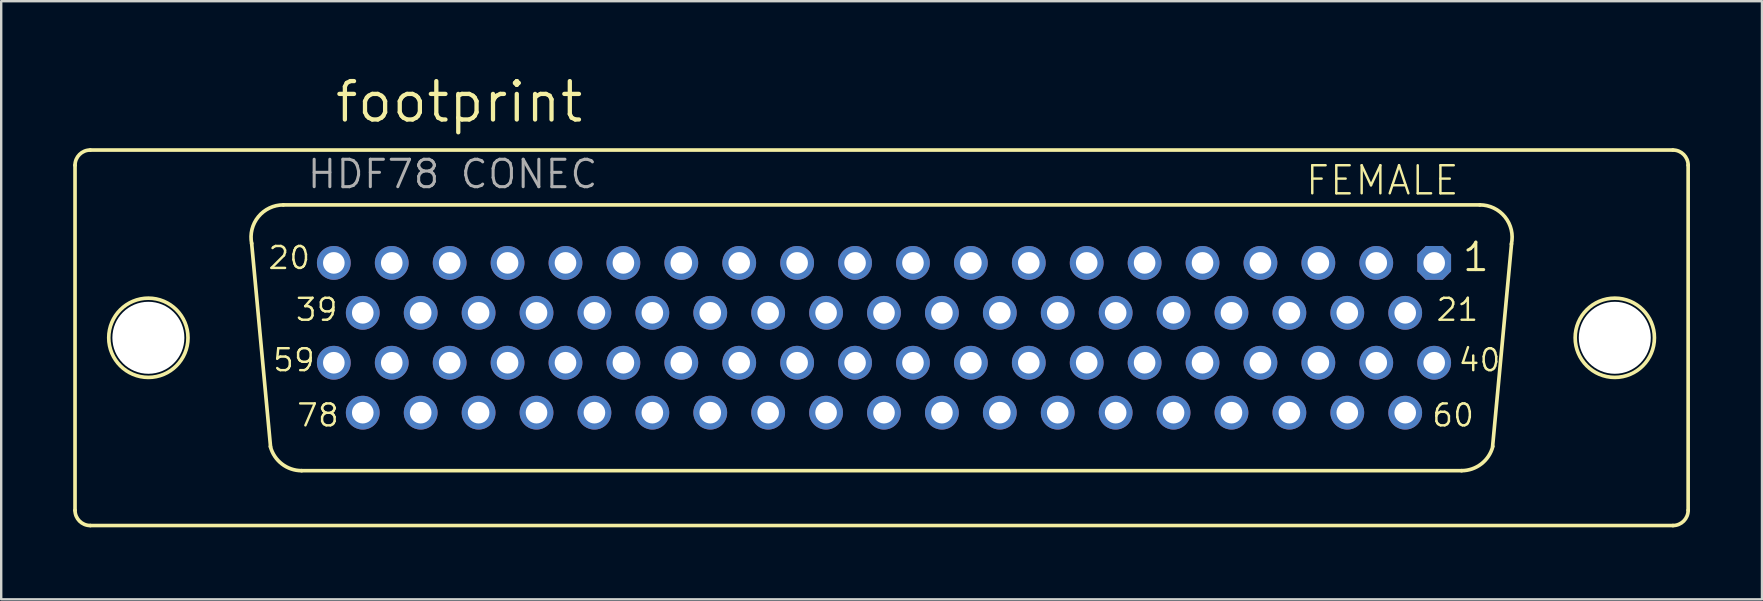
<source format=kicad_pcb>
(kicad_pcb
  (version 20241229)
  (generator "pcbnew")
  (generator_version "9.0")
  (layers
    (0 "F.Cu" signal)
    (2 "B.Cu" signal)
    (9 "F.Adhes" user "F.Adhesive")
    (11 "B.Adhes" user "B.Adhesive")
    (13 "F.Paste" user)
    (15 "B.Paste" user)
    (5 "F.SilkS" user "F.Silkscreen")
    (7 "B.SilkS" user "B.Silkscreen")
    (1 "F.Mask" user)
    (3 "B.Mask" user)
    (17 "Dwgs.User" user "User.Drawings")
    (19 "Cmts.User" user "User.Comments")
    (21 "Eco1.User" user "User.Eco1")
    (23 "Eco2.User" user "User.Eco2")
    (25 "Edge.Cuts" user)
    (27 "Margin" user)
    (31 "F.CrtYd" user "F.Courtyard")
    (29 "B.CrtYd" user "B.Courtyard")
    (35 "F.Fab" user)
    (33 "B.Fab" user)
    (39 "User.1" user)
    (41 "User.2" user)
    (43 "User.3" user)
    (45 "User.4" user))
  (footprint "footprint"
    (layer "F.Cu")
    (at 33.682 11.024)
    (property "Reference" "footprint" (at -22.86 -8.89 0) (layer "F.SilkS") (effects (font (size 1.6 1.6) (thickness 0.178)) (justify left bottom)))
    (fp_line (start -33.606 -7.188) (end -33.606 7.188) (stroke (width 0.152) (type solid)) (layer "F.SilkS"))
    (fp_line (start -32.963 7.823) (end 32.971 7.823) (stroke (width 0.152) (type solid)) (layer "F.SilkS"))
    (fp_line (start -25.459 4.546) (end -26.247 -3.937) (stroke (width 0.152) (type solid)) (layer "F.SilkS"))
    (fp_line (start -24.926 -5.537) (end 24.926 -5.537) (stroke (width 0.152) (type solid)) (layer "F.SilkS"))
    (fp_line (start -24.164 5.537) (end 24.164 5.537) (stroke (width 0.152) (type solid)) (layer "F.SilkS"))
    (fp_line (start 26.247 -3.911) (end 25.459 4.521) (stroke (width 0.152) (type solid)) (layer "F.SilkS"))
    (fp_line (start 32.963 -7.823) (end -32.971 -7.823) (stroke (width 0.152) (type solid)) (layer "F.SilkS"))
    (fp_line (start 33.606 -7.188) (end 33.606 7.188) (stroke (width 0.152) (type solid)) (layer "F.SilkS"))
    (fp_arc (start -33.606 -7.188) (mid -33.420013 -7.637013) (end -32.971 -7.823) (stroke (width 0.1524) (type solid)) (layer "F.SilkS"))
    (fp_arc (start -32.971 7.823) (mid -33.420013 7.637013) (end -33.606 7.188) (stroke (width 0.1524) (type solid)) (layer "F.SilkS"))
    (fp_arc (start -26.2461 -3.9268) (mid -25.967082 -5.044284) (end -24.926 -5.537) (stroke (width 0.1524) (type solid)) (layer "F.SilkS"))
    (fp_arc (start -24.164 5.537) (mid -24.9875 5.255745) (end -25.4669 4.5295) (stroke (width 0.1524) (type solid)) (layer "F.SilkS"))
    (fp_arc (start 24.926 -5.537) (mid 25.974557 -5.035183) (end 26.241499 -3.903798) (stroke (width 0.1524) (type solid)) (layer "F.SilkS"))
    (fp_arc (start 25.4669 4.5295) (mid 24.9875 5.255746) (end 24.164 5.537) (stroke (width 0.1524) (type solid)) (layer "F.SilkS"))
    (fp_arc (start 32.971 -7.823) (mid 33.420013 -7.637013) (end 33.606 -7.188) (stroke (width 0.1524) (type solid)) (layer "F.SilkS"))
    (fp_arc (start 33.606 7.188) (mid 33.420013 7.637013) (end 32.971 7.823) (stroke (width 0.1524) (type solid)) (layer "F.SilkS"))
    (fp_circle (center -30.55 0) (end -28.899 0) (stroke (width 0.152) (type solid)) (fill no) (layer "F.SilkS"))
    (fp_circle (center 30.55 0) (end 32.201 0) (stroke (width 0.152) (type solid)) (fill no) (layer "F.SilkS"))
    (fp_text user "60" (at 22.875 3.765 0) (layer "F.SilkS") (effects (font (size 0.914 0.914) (thickness 0.102)) (justify left bottom)))
    (fp_text user "59" (at -25.423 1.465 0) (layer "F.SilkS") (effects (font (size 0.914 0.914) (thickness 0.102)) (justify left bottom)))
    (fp_text user "1" (at 24.132 -2.695 0) (layer "F.SilkS") (effects (font (size 1.143 1.143) (thickness 0.127)) (justify left bottom)))
    (fp_text user "21" (at 23.053 -0.635 0) (layer "F.SilkS") (effects (font (size 0.914 0.914) (thickness 0.102)) (justify left bottom)))
    (fp_text user "40" (at 23.975 1.465 0) (layer "F.SilkS") (effects (font (size 0.914 0.914) (thickness 0.102)) (justify left bottom)))
    (fp_text user "FEMALE" (at 24.13 -7.239 0) (layer "F.SilkS") (effects (font (size 1.168 1.168) (thickness 0.102)) (justify right top)))
    (fp_text user "78" (at -24.423 3.765 0) (layer "F.SilkS") (effects (font (size 0.914 0.914) (thickness 0.102)) (justify left bottom)))
    (fp_text user "20" (at -25.618 -2.795 0) (layer "F.SilkS") (effects (font (size 0.914 0.914) (thickness 0.102)) (justify left bottom)))
    (fp_text user "39" (at -24.475 -0.635 0) (layer "F.SilkS") (effects (font (size 0.914 0.914) (thickness 0.102)) (justify left bottom)))
    (fp_text user "HDF78 CONEC" (at -23.998 -6.149 0) (layer "F.Fab") (effects (font (size 1.143 1.143) (thickness 0.127)) (justify left bottom)))
    (pad "" np_thru_hole circle (at -30.55 0) (size 3 3) (drill 3) (layers "*.Cu" "*.Mask"))
    (pad "" np_thru_hole circle (at 30.55 0) (size 3 3) (drill 3) (layers "*.Cu" "*.Mask"))
    (pad "1" thru_hole roundrect (at 23.024 -3.12) (size 1.408 1.408) (drill 0.9) (layers "*.Cu" "*.Mask") (roundrect_rratio 0.25) (chamfer_ratio 0.25) (chamfer top_left top_right bottom_left bottom_right))
    (pad "2" thru_hole circle (at 20.611 -3.12) (size 1.408 1.408) (drill 0.9) (layers "*.Cu" "*.Mask"))
    (pad "3" thru_hole circle (at 18.198 -3.12) (size 1.408 1.408) (drill 0.9) (layers "*.Cu" "*.Mask"))
    (pad "4" thru_hole circle (at 15.785 -3.12) (size 1.408 1.408) (drill 0.9) (layers "*.Cu" "*.Mask"))
    (pad "5" thru_hole circle (at 13.372 -3.12) (size 1.408 1.408) (drill 0.9) (layers "*.Cu" "*.Mask"))
    (pad "6" thru_hole circle (at 10.959 -3.12) (size 1.408 1.408) (drill 0.9) (layers "*.Cu" "*.Mask"))
    (pad "7" thru_hole circle (at 8.546 -3.12) (size 1.408 1.408) (drill 0.9) (layers "*.Cu" "*.Mask"))
    (pad "8" thru_hole circle (at 6.133 -3.12) (size 1.408 1.408) (drill 0.9) (layers "*.Cu" "*.Mask"))
    (pad "9" thru_hole circle (at 3.72 -3.12) (size 1.408 1.408) (drill 0.9) (layers "*.Cu" "*.Mask"))
    (pad "10" thru_hole circle (at 1.307 -3.12) (size 1.408 1.408) (drill 0.9) (layers "*.Cu" "*.Mask"))
    (pad "11" thru_hole circle (at -1.106 -3.12) (size 1.408 1.408) (drill 0.9) (layers "*.Cu" "*.Mask"))
    (pad "12" thru_hole circle (at -3.519 -3.12) (size 1.408 1.408) (drill 0.9) (layers "*.Cu" "*.Mask"))
    (pad "13" thru_hole circle (at -5.932 -3.12) (size 1.408 1.408) (drill 0.9) (layers "*.Cu" "*.Mask"))
    (pad "14" thru_hole circle (at -8.345 -3.12) (size 1.408 1.408) (drill 0.9) (layers "*.Cu" "*.Mask"))
    (pad "15" thru_hole circle (at -10.758 -3.12) (size 1.408 1.408) (drill 0.9) (layers "*.Cu" "*.Mask"))
    (pad "16" thru_hole circle (at -13.171 -3.12) (size 1.408 1.408) (drill 0.9) (layers "*.Cu" "*.Mask"))
    (pad "17" thru_hole circle (at -15.584 -3.12) (size 1.408 1.408) (drill 0.9) (layers "*.Cu" "*.Mask"))
    (pad "18" thru_hole circle (at -17.997 -3.12) (size 1.408 1.408) (drill 0.9) (layers "*.Cu" "*.Mask"))
    (pad "19" thru_hole circle (at -20.41 -3.12) (size 1.408 1.408) (drill 0.9) (layers "*.Cu" "*.Mask"))
    (pad "20" thru_hole circle (at -22.823 -3.12) (size 1.408 1.408) (drill 0.9) (layers "*.Cu" "*.Mask"))
    (pad "21" thru_hole circle (at 21.817 -1.04) (size 1.408 1.408) (drill 0.9) (layers "*.Cu" "*.Mask"))
    (pad "22" thru_hole circle (at 19.404 -1.04) (size 1.408 1.408) (drill 0.9) (layers "*.Cu" "*.Mask"))
    (pad "23" thru_hole circle (at 16.991 -1.04) (size 1.408 1.408) (drill 0.9) (layers "*.Cu" "*.Mask"))
    (pad "24" thru_hole circle (at 14.578 -1.04) (size 1.408 1.408) (drill 0.9) (layers "*.Cu" "*.Mask"))
    (pad "25" thru_hole circle (at 12.165 -1.04) (size 1.408 1.408) (drill 0.9) (layers "*.Cu" "*.Mask"))
    (pad "26" thru_hole circle (at 9.752 -1.04) (size 1.408 1.408) (drill 0.9) (layers "*.Cu" "*.Mask"))
    (pad "27" thru_hole circle (at 7.339 -1.04) (size 1.408 1.408) (drill 0.9) (layers "*.Cu" "*.Mask"))
    (pad "28" thru_hole circle (at 4.926 -1.04) (size 1.408 1.408) (drill 0.9) (layers "*.Cu" "*.Mask"))
    (pad "29" thru_hole circle (at 2.513 -1.04) (size 1.408 1.408) (drill 0.9) (layers "*.Cu" "*.Mask"))
    (pad "30" thru_hole circle (at 0.1 -1.04) (size 1.408 1.408) (drill 0.9) (layers "*.Cu" "*.Mask"))
    (pad "31" thru_hole circle (at -2.313 -1.04) (size 1.408 1.408) (drill 0.9) (layers "*.Cu" "*.Mask"))
    (pad "32" thru_hole circle (at -4.726 -1.04) (size 1.408 1.408) (drill 0.9) (layers "*.Cu" "*.Mask"))
    (pad "33" thru_hole circle (at -7.139 -1.04) (size 1.408 1.408) (drill 0.9) (layers "*.Cu" "*.Mask"))
    (pad "34" thru_hole circle (at -9.552 -1.04) (size 1.408 1.408) (drill 0.9) (layers "*.Cu" "*.Mask"))
    (pad "35" thru_hole circle (at -11.965 -1.04) (size 1.408 1.408) (drill 0.9) (layers "*.Cu" "*.Mask"))
    (pad "36" thru_hole circle (at -14.378 -1.04) (size 1.408 1.408) (drill 0.9) (layers "*.Cu" "*.Mask"))
    (pad "37" thru_hole circle (at -16.791 -1.04) (size 1.408 1.408) (drill 0.9) (layers "*.Cu" "*.Mask"))
    (pad "38" thru_hole circle (at -19.204 -1.04) (size 1.408 1.408) (drill 0.9) (layers "*.Cu" "*.Mask"))
    (pad "39" thru_hole circle (at -21.617 -1.04) (size 1.408 1.408) (drill 0.9) (layers "*.Cu" "*.Mask"))
    (pad "40" thru_hole circle (at 23.024 1.04) (size 1.408 1.408) (drill 0.9) (layers "*.Cu" "*.Mask"))
    (pad "41" thru_hole circle (at 20.611 1.04) (size 1.408 1.408) (drill 0.9) (layers "*.Cu" "*.Mask"))
    (pad "42" thru_hole circle (at 18.198 1.04) (size 1.408 1.408) (drill 0.9) (layers "*.Cu" "*.Mask"))
    (pad "43" thru_hole circle (at 15.785 1.04) (size 1.408 1.408) (drill 0.9) (layers "*.Cu" "*.Mask"))
    (pad "44" thru_hole circle (at 13.372 1.04) (size 1.408 1.408) (drill 0.9) (layers "*.Cu" "*.Mask"))
    (pad "45" thru_hole circle (at 10.959 1.04) (size 1.408 1.408) (drill 0.9) (layers "*.Cu" "*.Mask"))
    (pad "46" thru_hole circle (at 8.546 1.04) (size 1.408 1.408) (drill 0.9) (layers "*.Cu" "*.Mask"))
    (pad "47" thru_hole circle (at 6.133 1.04) (size 1.408 1.408) (drill 0.9) (layers "*.Cu" "*.Mask"))
    (pad "48" thru_hole circle (at 3.72 1.04) (size 1.408 1.408) (drill 0.9) (layers "*.Cu" "*.Mask"))
    (pad "49" thru_hole circle (at 1.307 1.04) (size 1.408 1.408) (drill 0.9) (layers "*.Cu" "*.Mask"))
    (pad "50" thru_hole circle (at -1.106 1.04) (size 1.408 1.408) (drill 0.9) (layers "*.Cu" "*.Mask"))
    (pad "51" thru_hole circle (at -3.519 1.04) (size 1.408 1.408) (drill 0.9) (layers "*.Cu" "*.Mask"))
    (pad "52" thru_hole circle (at -5.932 1.04) (size 1.408 1.408) (drill 0.9) (layers "*.Cu" "*.Mask"))
    (pad "53" thru_hole circle (at -8.345 1.04) (size 1.408 1.408) (drill 0.9) (layers "*.Cu" "*.Mask"))
    (pad "54" thru_hole circle (at -10.758 1.04) (size 1.408 1.408) (drill 0.9) (layers "*.Cu" "*.Mask"))
    (pad "55" thru_hole circle (at -13.171 1.04) (size 1.408 1.408) (drill 0.9) (layers "*.Cu" "*.Mask"))
    (pad "56" thru_hole circle (at -15.584 1.04) (size 1.408 1.408) (drill 0.9) (layers "*.Cu" "*.Mask"))
    (pad "57" thru_hole circle (at -17.997 1.04) (size 1.408 1.408) (drill 0.9) (layers "*.Cu" "*.Mask"))
    (pad "58" thru_hole circle (at -20.41 1.04) (size 1.408 1.408) (drill 0.9) (layers "*.Cu" "*.Mask"))
    (pad "59" thru_hole circle (at -22.823 1.04) (size 1.408 1.408) (drill 0.9) (layers "*.Cu" "*.Mask"))
    (pad "60" thru_hole circle (at 21.817 3.12) (size 1.408 1.408) (drill 0.9) (layers "*.Cu" "*.Mask"))
    (pad "61" thru_hole circle (at 19.404 3.12) (size 1.408 1.408) (drill 0.9) (layers "*.Cu" "*.Mask"))
    (pad "62" thru_hole circle (at 16.991 3.12) (size 1.408 1.408) (drill 0.9) (layers "*.Cu" "*.Mask"))
    (pad "63" thru_hole circle (at 14.578 3.12) (size 1.408 1.408) (drill 0.9) (layers "*.Cu" "*.Mask"))
    (pad "64" thru_hole circle (at 12.165 3.12) (size 1.408 1.408) (drill 0.9) (layers "*.Cu" "*.Mask"))
    (pad "65" thru_hole circle (at 9.752 3.12) (size 1.408 1.408) (drill 0.9) (layers "*.Cu" "*.Mask"))
    (pad "66" thru_hole circle (at 7.339 3.12) (size 1.408 1.408) (drill 0.9) (layers "*.Cu" "*.Mask"))
    (pad "67" thru_hole circle (at 4.926 3.12) (size 1.408 1.408) (drill 0.9) (layers "*.Cu" "*.Mask"))
    (pad "68" thru_hole circle (at 2.513 3.12) (size 1.408 1.408) (drill 0.9) (layers "*.Cu" "*.Mask"))
    (pad "69" thru_hole circle (at 0.1 3.12) (size 1.408 1.408) (drill 0.9) (layers "*.Cu" "*.Mask"))
    (pad "70" thru_hole circle (at -2.313 3.12) (size 1.408 1.408) (drill 0.9) (layers "*.Cu" "*.Mask"))
    (pad "71" thru_hole circle (at -4.726 3.12) (size 1.408 1.408) (drill 0.9) (layers "*.Cu" "*.Mask"))
    (pad "72" thru_hole circle (at -7.139 3.12) (size 1.408 1.408) (drill 0.9) (layers "*.Cu" "*.Mask"))
    (pad "73" thru_hole circle (at -9.552 3.12) (size 1.408 1.408) (drill 0.9) (layers "*.Cu" "*.Mask"))
    (pad "74" thru_hole circle (at -11.965 3.12) (size 1.408 1.408) (drill 0.9) (layers "*.Cu" "*.Mask"))
    (pad "75" thru_hole circle (at -14.378 3.12) (size 1.408 1.408) (drill 0.9) (layers "*.Cu" "*.Mask"))
    (pad "76" thru_hole circle (at -16.791 3.12) (size 1.408 1.408) (drill 0.9) (layers "*.Cu" "*.Mask"))
    (pad "77" thru_hole circle (at -19.204 3.12) (size 1.408 1.408) (drill 0.9) (layers "*.Cu" "*.Mask"))
    (pad "78" thru_hole circle (at -21.617 3.12) (size 1.408 1.408) (drill 0.9) (layers "*.Cu" "*.Mask"))
    (zone (net_name "") (layers "F.Cu" "B.Cu") (hatch edge 0.508) (connect_pads) (min_thickness 0.254) (filled_areas_thickness no) (keepout (tracks allowed) (vias not_allowed) (pads allowed) (copperpour allowed) (footprints allowed)) (placement (enabled no)) (fill) (polygon (pts (xy 5.799 11.024) (xy 5.759 10.56) (xy 5.638 10.111) (xy 5.442 9.69) (xy 5.175 9.309) (xy 4.847 8.981) (xy 4.466 8.714) (xy 4.044 8.517) (xy 3.595 8.397) (xy 3.132 8.357) (xy 2.669 8.397) (xy 2.22 8.517) (xy 1.799 8.714) (xy 1.418 8.981) (xy 1.089 9.309) (xy 0.823 9.69) (xy 0.626 10.111) (xy 0.506 10.56) (xy 0.465 11.024) (xy 0.506 11.487) (xy 0.626 11.936) (xy 0.823 12.357) (xy 1.089 12.738) (xy 1.418 13.067) (xy 1.799 13.333) (xy 2.22 13.53) (xy 2.669 13.65) (xy 3.132 13.691) (xy 3.595 13.65) (xy 4.044 13.53) (xy 4.466 13.333) (xy 4.847 13.067) (xy 5.175 12.738) (xy 5.442 12.357) (xy 5.638 11.936) (xy 5.759 11.487))))
    (zone (net_name "") (layers "F.Cu" "B.Cu") (hatch edge 0.508) (connect_pads) (min_thickness 0.254) (filled_areas_thickness no) (keepout (tracks allowed) (vias not_allowed) (pads allowed) (copperpour allowed) (footprints allowed)) (placement (enabled no)) (fill) (polygon (pts (xy 66.899 11.024) (xy 66.859 10.56) (xy 66.738 10.111) (xy 66.542 9.69) (xy 66.275 9.309) (xy 65.947 8.981) (xy 65.566 8.714) (xy 65.144 8.517) (xy 64.695 8.397) (xy 64.232 8.357) (xy 63.769 8.397) (xy 63.32 8.517) (xy 62.899 8.714) (xy 62.518 8.981) (xy 62.189 9.309) (xy 61.923 9.69) (xy 61.726 10.111) (xy 61.606 10.56) (xy 61.565 11.024) (xy 61.606 11.487) (xy 61.726 11.936) (xy 61.923 12.357) (xy 62.189 12.738) (xy 62.518 13.067) (xy 62.899 13.333) (xy 63.32 13.53) (xy 63.769 13.65) (xy 64.232 13.691) (xy 64.695 13.65) (xy 65.144 13.53) (xy 65.566 13.333) (xy 65.947 13.067) (xy 66.275 12.738) (xy 66.542 12.357) (xy 66.738 11.936) (xy 66.859 11.487))))
    (zone (net_name "") (layer "B.Cu") (hatch edge 0.508) (connect_pads) (min_thickness 0.254) (filled_areas_thickness no) (keepout (tracks not_allowed) (vias not_allowed) (pads not_allowed) (copperpour not_allowed) (footprints allowed)) (placement (enabled no)) (fill) (polygon (pts (xy 5.799 11.024) (xy 5.759 10.56) (xy 5.638 10.111) (xy 5.442 9.69) (xy 5.175 9.309) (xy 4.847 8.981) (xy 4.466 8.714) (xy 4.044 8.517) (xy 3.595 8.397) (xy 3.132 8.357) (xy 2.669 8.397) (xy 2.22 8.517) (xy 1.799 8.714) (xy 1.418 8.981) (xy 1.089 9.309) (xy 0.823 9.69) (xy 0.626 10.111) (xy 0.506 10.56) (xy 0.465 11.024) (xy 0.506 11.487) (xy 0.626 11.936) (xy 0.823 12.357) (xy 1.089 12.738) (xy 1.418 13.067) (xy 1.799 13.333) (xy 2.22 13.53) (xy 2.669 13.65) (xy 3.132 13.691) (xy 3.595 13.65) (xy 4.044 13.53) (xy 4.466 13.333) (xy 4.847 13.067) (xy 5.175 12.738) (xy 5.442 12.357) (xy 5.638 11.936) (xy 5.759 11.487))))
    (zone (net_name "") (layer "B.Cu") (hatch edge 0.508) (connect_pads) (min_thickness 0.254) (filled_areas_thickness no) (keepout (tracks not_allowed) (vias not_allowed) (pads not_allowed) (copperpour not_allowed) (footprints allowed)) (placement (enabled no)) (fill) (polygon (pts (xy 66.899 11.024) (xy 66.859 10.56) (xy 66.738 10.111) (xy 66.542 9.69) (xy 66.275 9.309) (xy 65.947 8.981) (xy 65.566 8.714) (xy 65.144 8.517) (xy 64.695 8.397) (xy 64.232 8.357) (xy 63.769 8.397) (xy 63.32 8.517) (xy 62.899 8.714) (xy 62.518 8.981) (xy 62.189 9.309) (xy 61.923 9.69) (xy 61.726 10.111) (xy 61.606 10.56) (xy 61.565 11.024) (xy 61.606 11.487) (xy 61.726 11.936) (xy 61.923 12.357) (xy 62.189 12.738) (xy 62.518 13.067) (xy 62.899 13.333) (xy 63.32 13.53) (xy 63.769 13.65) (xy 64.232 13.691) (xy 64.695 13.65) (xy 65.144 13.53) (xy 65.566 13.333) (xy 65.947 13.067) (xy 66.275 12.738) (xy 66.542 12.357) (xy 66.738 11.936) (xy 66.859 11.487)))))
  (gr_rect
    (start -3 -3)
    (end 70.364 21.923)
    (stroke (width 0.1) (type default))
    (fill no)
    (layer "Edge.Cuts")))
</source>
